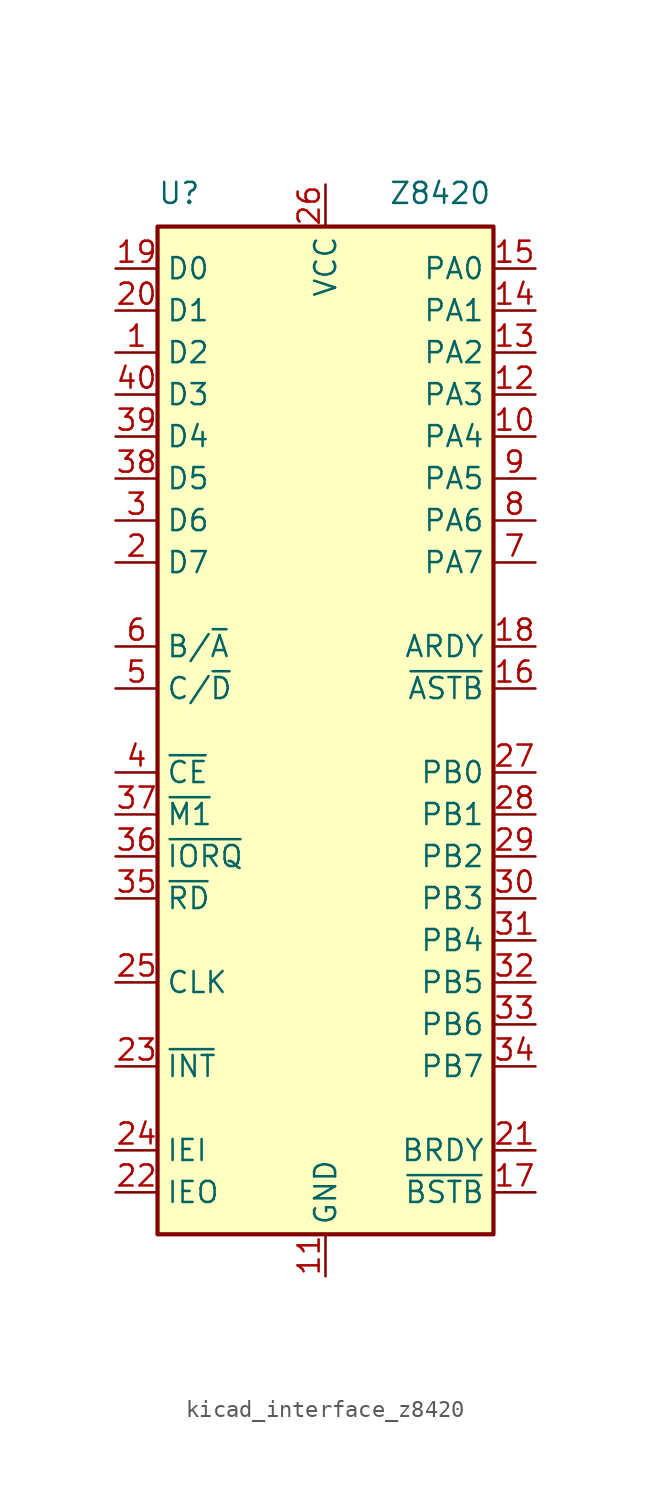
<source format=kicad_sym>
(kicad_symbol_lib
  (version 20220914)
  (generator kicad_symbol_editor)
  (symbol "kicad_interface_z8420"
    (property "Reference" "U"
      (at -10.16 31.75 0)
      (effects (font (size 1.27 1.27)) (justify left bottom)))
    (property "Value" "Z8420"
      (at 3.81 31.75 0)
      (effects (font (size 1.27 1.27)) (justify left bottom)))
    (symbol "kicad_interface_z8420_1_0"
      (rectangle (start -10.16 30.48) (end 10.16 -30.48) (stroke (width 0.254) (type default)) (fill (type background))))
    (symbol "kicad_interface_z8420_1_1"
      (pin bidirectional line (at -12.7 22.86 0) (length 2.54) (name "D2" (effects (font (size 1.27 1.27)))) (number "1" (effects (font (size 1.27 1.27)))))
      (pin bidirectional line (at 12.7 17.78 180) (length 2.54) (name "PA4" (effects (font (size 1.27 1.27)))) (number "10" (effects (font (size 1.27 1.27)))))
      (pin power_in line (at 0 -33.02 90) (length 2.54) (name "GND" (effects (font (size 1.27 1.27)))) (number "11" (effects (font (size 1.27 1.27)))))
      (pin bidirectional line (at 12.7 20.32 180) (length 2.54) (name "PA3" (effects (font (size 1.27 1.27)))) (number "12" (effects (font (size 1.27 1.27)))))
      (pin bidirectional line (at 12.7 22.86 180) (length 2.54) (name "PA2" (effects (font (size 1.27 1.27)))) (number "13" (effects (font (size 1.27 1.27)))))
      (pin bidirectional line (at 12.7 25.4 180) (length 2.54) (name "PA1" (effects (font (size 1.27 1.27)))) (number "14" (effects (font (size 1.27 1.27)))))
      (pin bidirectional line (at 12.7 27.94 180) (length 2.54) (name "PA0" (effects (font (size 1.27 1.27)))) (number "15" (effects (font (size 1.27 1.27)))))
      (pin input line (at 12.7 2.54 180) (length 2.54) (name "~{ASTB}" (effects (font (size 1.27 1.27)))) (number "16" (effects (font (size 1.27 1.27)))))
      (pin input line (at 12.7 -27.94 180) (length 2.54) (name "~{BSTB}" (effects (font (size 1.27 1.27)))) (number "17" (effects (font (size 1.27 1.27)))))
      (pin output line (at 12.7 5.08 180) (length 2.54) (name "ARDY" (effects (font (size 1.27 1.27)))) (number "18" (effects (font (size 1.27 1.27)))))
      (pin bidirectional line (at -12.7 27.94 0) (length 2.54) (name "D0" (effects (font (size 1.27 1.27)))) (number "19" (effects (font (size 1.27 1.27)))))
      (pin bidirectional line (at -12.7 10.16 0) (length 2.54) (name "D7" (effects (font (size 1.27 1.27)))) (number "2" (effects (font (size 1.27 1.27)))))
      (pin bidirectional line (at -12.7 25.4 0) (length 2.54) (name "D1" (effects (font (size 1.27 1.27)))) (number "20" (effects (font (size 1.27 1.27)))))
      (pin output line (at 12.7 -25.4 180) (length 2.54) (name "BRDY" (effects (font (size 1.27 1.27)))) (number "21" (effects (font (size 1.27 1.27)))))
      (pin output line (at -12.7 -27.94 0) (length 2.54) (name "IEO" (effects (font (size 1.27 1.27)))) (number "22" (effects (font (size 1.27 1.27)))))
      (pin open_collector line (at -12.7 -20.32 0) (length 2.54) (name "~{INT}" (effects (font (size 1.27 1.27)))) (number "23" (effects (font (size 1.27 1.27)))))
      (pin input line (at -12.7 -25.4 0) (length 2.54) (name "IEI" (effects (font (size 1.27 1.27)))) (number "24" (effects (font (size 1.27 1.27)))))
      (pin input line (at -12.7 -15.24 0) (length 2.54) (name "CLK" (effects (font (size 1.27 1.27)))) (number "25" (effects (font (size 1.27 1.27)))))
      (pin power_in line (at 0 33.02 270) (length 2.54) (name "VCC" (effects (font (size 1.27 1.27)))) (number "26" (effects (font (size 1.27 1.27)))))
      (pin bidirectional line (at 12.7 -2.54 180) (length 2.54) (name "PB0" (effects (font (size 1.27 1.27)))) (number "27" (effects (font (size 1.27 1.27)))))
      (pin bidirectional line (at 12.7 -5.08 180) (length 2.54) (name "PB1" (effects (font (size 1.27 1.27)))) (number "28" (effects (font (size 1.27 1.27)))))
      (pin bidirectional line (at 12.7 -7.62 180) (length 2.54) (name "PB2" (effects (font (size 1.27 1.27)))) (number "29" (effects (font (size 1.27 1.27)))))
      (pin bidirectional line (at -12.7 12.7 0) (length 2.54) (name "D6" (effects (font (size 1.27 1.27)))) (number "3" (effects (font (size 1.27 1.27)))))
      (pin bidirectional line (at 12.7 -10.16 180) (length 2.54) (name "PB3" (effects (font (size 1.27 1.27)))) (number "30" (effects (font (size 1.27 1.27)))))
      (pin bidirectional line (at 12.7 -12.7 180) (length 2.54) (name "PB4" (effects (font (size 1.27 1.27)))) (number "31" (effects (font (size 1.27 1.27)))))
      (pin bidirectional line (at 12.7 -15.24 180) (length 2.54) (name "PB5" (effects (font (size 1.27 1.27)))) (number "32" (effects (font (size 1.27 1.27)))))
      (pin bidirectional line (at 12.7 -17.78 180) (length 2.54) (name "PB6" (effects (font (size 1.27 1.27)))) (number "33" (effects (font (size 1.27 1.27)))))
      (pin bidirectional line (at 12.7 -20.32 180) (length 2.54) (name "PB7" (effects (font (size 1.27 1.27)))) (number "34" (effects (font (size 1.27 1.27)))))
      (pin input line (at -12.7 -10.16 0) (length 2.54) (name "~{RD}" (effects (font (size 1.27 1.27)))) (number "35" (effects (font (size 1.27 1.27)))))
      (pin input line (at -12.7 -7.62 0) (length 2.54) (name "~{IORQ}" (effects (font (size 1.27 1.27)))) (number "36" (effects (font (size 1.27 1.27)))))
      (pin input line (at -12.7 -5.08 0) (length 2.54) (name "~{M1}" (effects (font (size 1.27 1.27)))) (number "37" (effects (font (size 1.27 1.27)))))
      (pin bidirectional line (at -12.7 15.24 0) (length 2.54) (name "D5" (effects (font (size 1.27 1.27)))) (number "38" (effects (font (size 1.27 1.27)))))
      (pin bidirectional line (at -12.7 17.78 0) (length 2.54) (name "D4" (effects (font (size 1.27 1.27)))) (number "39" (effects (font (size 1.27 1.27)))))
      (pin input line (at -12.7 -2.54 0) (length 2.54) (name "~{CE}" (effects (font (size 1.27 1.27)))) (number "4" (effects (font (size 1.27 1.27)))))
      (pin bidirectional line (at -12.7 20.32 0) (length 2.54) (name "D3" (effects (font (size 1.27 1.27)))) (number "40" (effects (font (size 1.27 1.27)))))
      (pin input line (at -12.7 2.54 0) (length 2.54) (name "C/~{D}" (effects (font (size 1.27 1.27)))) (number "5" (effects (font (size 1.27 1.27)))))
      (pin input line (at -12.7 5.08 0) (length 2.54) (name "B/~{A}" (effects (font (size 1.27 1.27)))) (number "6" (effects (font (size 1.27 1.27)))))
      (pin bidirectional line (at 12.7 10.16 180) (length 2.54) (name "PA7" (effects (font (size 1.27 1.27)))) (number "7" (effects (font (size 1.27 1.27)))))
      (pin bidirectional line (at 12.7 12.7 180) (length 2.54) (name "PA6" (effects (font (size 1.27 1.27)))) (number "8" (effects (font (size 1.27 1.27)))))
      (pin bidirectional line (at 12.7 15.24 180) (length 2.54) (name "PA5" (effects (font (size 1.27 1.27)))) (number "9" (effects (font (size 1.27 1.27))))))))
</source>
